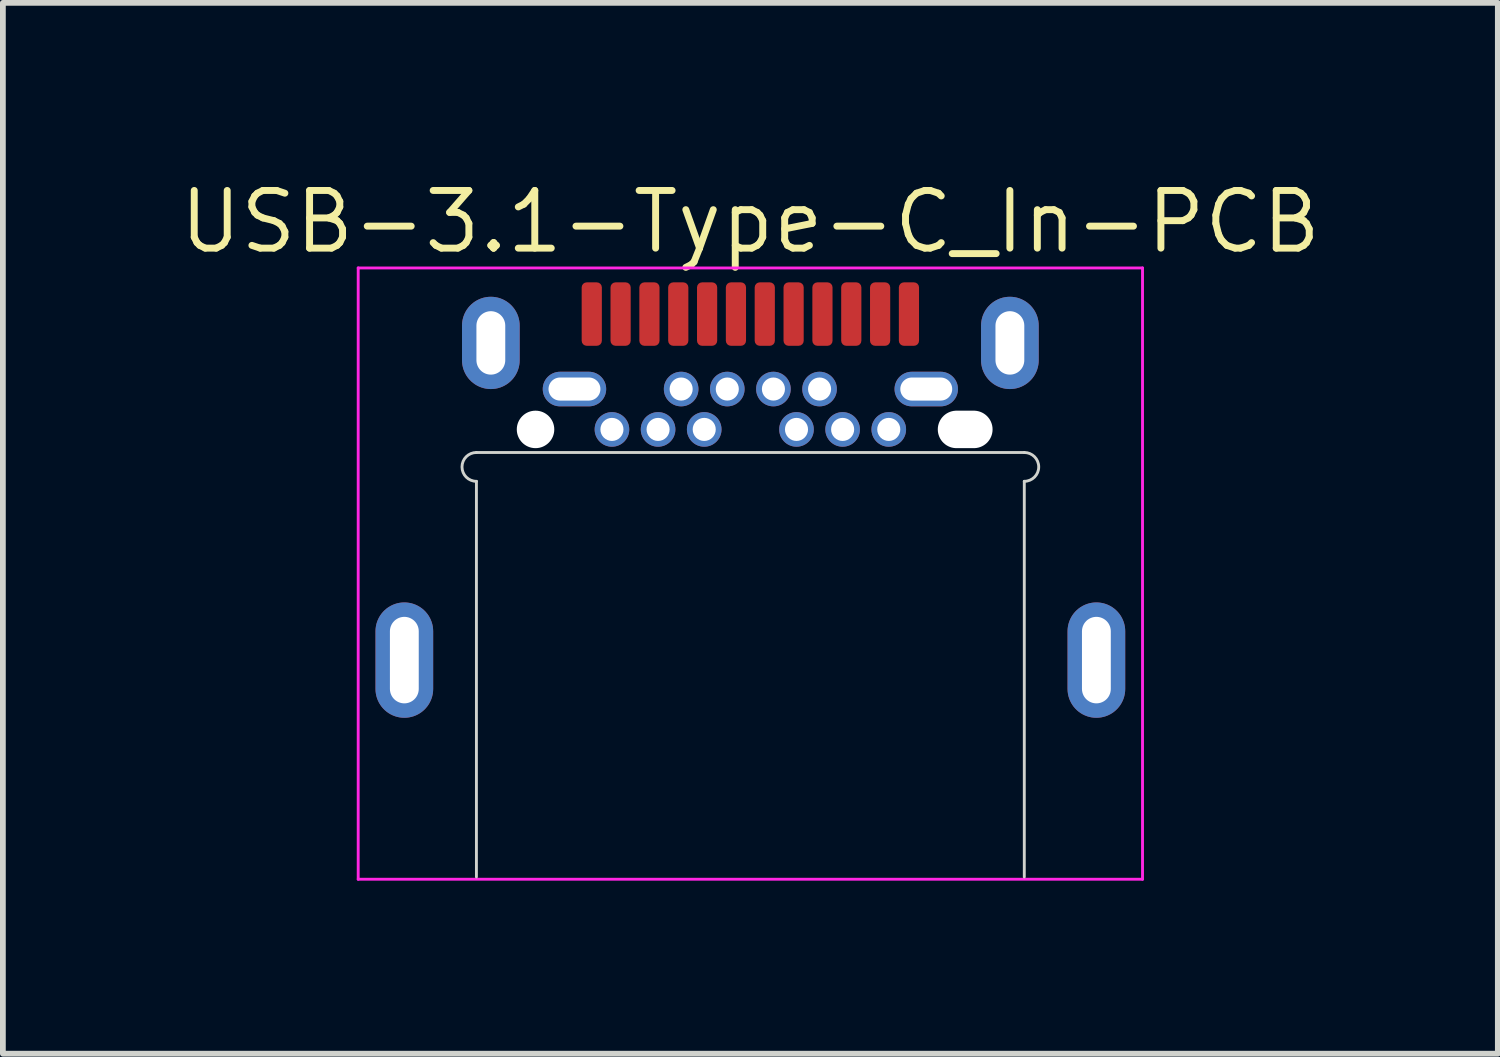
<source format=kicad_pcb>
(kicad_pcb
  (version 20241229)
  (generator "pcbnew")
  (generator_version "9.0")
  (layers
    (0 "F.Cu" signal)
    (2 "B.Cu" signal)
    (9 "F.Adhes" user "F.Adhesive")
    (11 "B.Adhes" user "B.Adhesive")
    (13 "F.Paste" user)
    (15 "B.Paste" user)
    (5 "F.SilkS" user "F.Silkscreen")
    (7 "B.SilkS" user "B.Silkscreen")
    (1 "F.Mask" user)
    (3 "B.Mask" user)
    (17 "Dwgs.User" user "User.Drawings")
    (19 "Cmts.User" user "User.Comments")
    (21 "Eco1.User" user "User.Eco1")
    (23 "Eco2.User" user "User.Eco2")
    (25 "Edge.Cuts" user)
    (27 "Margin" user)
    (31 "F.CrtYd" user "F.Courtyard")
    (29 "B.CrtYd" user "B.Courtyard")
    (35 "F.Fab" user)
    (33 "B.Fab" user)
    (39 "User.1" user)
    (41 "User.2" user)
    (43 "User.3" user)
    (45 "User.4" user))
  (footprint "USB-3.1-Type-C_In-PCB"
    (layer "F.Cu")
    (at 9.961 4.796)
    (property "Reference" "USB-3.1-Type-C_In-PCB" (at 0 -4 0) (layer "F.SilkS") (effects (font (size 1 1) (thickness 0.12))))
    (attr through_hole)
    (fp_line (start -4.75 0) (end 4.75 0) (stroke (width 0.05) (type solid)) (layer "Edge.Cuts"))
    (fp_line (start -4.75 0.5) (end -4.75 7.36) (stroke (width 0.05) (type solid)) (layer "Edge.Cuts"))
    (fp_line (start 4.75 0.5) (end 4.75 7.36) (stroke (width 0.05) (type solid)) (layer "Edge.Cuts"))
    (fp_arc (start -4.75 0.5) (mid -5 0.25) (end -4.75 0) (stroke (width 0.05) (type solid)) (layer "Edge.Cuts"))
    (fp_arc (start 4.75 0) (mid 5 0.25) (end 4.75 0.5) (stroke (width 0.05) (type solid)) (layer "Edge.Cuts"))
    (fp_line (start -6.8 -3.2) (end 6.8 -3.2) (stroke (width 0.05) (type solid)) (layer "F.CrtYd"))
    (fp_line (start -6.8 7.4) (end -6.8 -3.2) (stroke (width 0.05) (type solid)) (layer "F.CrtYd"))
    (fp_line (start 6.8 -3.2) (end 6.8 7.4) (stroke (width 0.05) (type solid)) (layer "F.CrtYd"))
    (fp_line (start 6.8 7.4) (end -6.8 7.4) (stroke (width 0.05) (type solid)) (layer "F.CrtYd"))
    (pad "" np_thru_hole circle (at -3.725 -0.4) (size 0.65 0.65) (drill 0.65) (layers "*.Cu" "*.Mask"))
    (pad "" np_thru_hole oval (at 3.725 -0.4) (size 0.95 0.65) (drill oval 0.95 0.65) (layers "*.Cu" "*.Mask"))
    (pad "1" smd roundrect (at -2.75 -2.4) (size 0.35 1.1) (layers "F.Cu" "F.Mask" "F.Paste") (roundrect_rratio 0.25))
    (pad "2" smd roundrect (at -2.25 -2.4) (size 0.35 1.1) (layers "F.Cu" "F.Mask" "F.Paste") (roundrect_rratio 0.25))
    (pad "3" smd roundrect (at -1.75 -2.4) (size 0.35 1.1) (layers "F.Cu" "F.Mask" "F.Paste") (roundrect_rratio 0.25))
    (pad "4" smd roundrect (at -1.25 -2.4) (size 0.35 1.1) (layers "F.Cu" "F.Mask" "F.Paste") (roundrect_rratio 0.25))
    (pad "5" smd roundrect (at -0.75 -2.4) (size 0.35 1.1) (layers "F.Cu" "F.Mask" "F.Paste") (roundrect_rratio 0.25))
    (pad "6" smd roundrect (at -0.25 -2.4) (size 0.35 1.1) (layers "F.Cu" "F.Mask" "F.Paste") (roundrect_rratio 0.25))
    (pad "7" smd roundrect (at 0.25 -2.4) (size 0.35 1.1) (layers "F.Cu" "F.Mask" "F.Paste") (roundrect_rratio 0.25))
    (pad "8" smd roundrect (at 0.75 -2.4) (size 0.35 1.1) (layers "F.Cu" "F.Mask" "F.Paste") (roundrect_rratio 0.25))
    (pad "9" smd roundrect (at 1.25 -2.4) (size 0.35 1.1) (layers "F.Cu" "F.Mask" "F.Paste") (roundrect_rratio 0.25))
    (pad "10" smd roundrect (at 1.75 -2.4) (size 0.35 1.1) (layers "F.Cu" "F.Mask" "F.Paste") (roundrect_rratio 0.25))
    (pad "11" smd roundrect (at 2.25 -2.4) (size 0.35 1.1) (layers "F.Cu" "F.Mask" "F.Paste") (roundrect_rratio 0.25))
    (pad "12" smd roundrect (at 2.75 -2.4) (size 0.35 1.1) (layers "F.Cu" "F.Mask" "F.Paste") (roundrect_rratio 0.25))
    (pad "B1" thru_hole oval (at 3.05 -1.1) (size 1.1 0.6) (drill oval 0.9 0.4) (layers "*.Cu" "*.Mask"))
    (pad "B2" thru_hole circle (at 2.4 -0.4) (size 0.6 0.6) (drill 0.4) (layers "*.Cu" "*.Mask"))
    (pad "B3" thru_hole circle (at 1.6 -0.4) (size 0.6 0.6) (drill 0.4) (layers "*.Cu" "*.Mask"))
    (pad "B4" thru_hole circle (at 1.2 -1.1) (size 0.6 0.6) (drill 0.4) (layers "*.Cu" "*.Mask"))
    (pad "B5" thru_hole circle (at 0.8 -0.4) (size 0.6 0.6) (drill 0.4) (layers "*.Cu" "*.Mask"))
    (pad "B6" thru_hole circle (at 0.4 -1.1) (size 0.6 0.6) (drill 0.4) (layers "*.Cu" "*.Mask"))
    (pad "B7" thru_hole circle (at -0.4 -1.1) (size 0.6 0.6) (drill 0.4) (layers "*.Cu" "*.Mask"))
    (pad "B8" thru_hole circle (at -0.8 -0.4) (size 0.6 0.6) (drill 0.4) (layers "*.Cu" "*.Mask"))
    (pad "B9" thru_hole circle (at -1.2 -1.1) (size 0.6 0.6) (drill 0.4) (layers "*.Cu" "*.Mask"))
    (pad "B10" thru_hole circle (at -1.6 -0.4) (size 0.6 0.6) (drill 0.4) (layers "*.Cu" "*.Mask"))
    (pad "B11" thru_hole circle (at -2.4 -0.4) (size 0.6 0.6) (drill 0.4) (layers "*.Cu" "*.Mask"))
    (pad "B12" thru_hole oval (at -3.05 -1.1) (size 1.1 0.6) (drill oval 0.9 0.4) (layers "*.Cu" "*.Mask"))
    (pad "SHIELD" thru_hole oval (at -6 3.6) (size 1 2) (drill oval 0.5 1.5) (layers "*.Cu" "*.Mask"))
    (pad "SHIELD" thru_hole oval (at -4.5 -1.9) (size 1 1.6) (drill oval 0.5 1.1) (layers "*.Cu" "*.Mask"))
    (pad "SHIELD" thru_hole oval (at 4.5 -1.9) (size 1 1.6) (drill oval 0.5 1.1) (layers "*.Cu" "*.Mask"))
    (pad "SHIELD" thru_hole oval (at 6 3.6) (size 1 2) (drill oval 0.5 1.5) (layers "*.Cu" "*.Mask")))
  (gr_rect
    (start -3 -3)
    (end 22.922 15.221)
    (stroke (width 0.1) (type default))
    (fill no)
    (layer "Edge.Cuts")))
</source>
